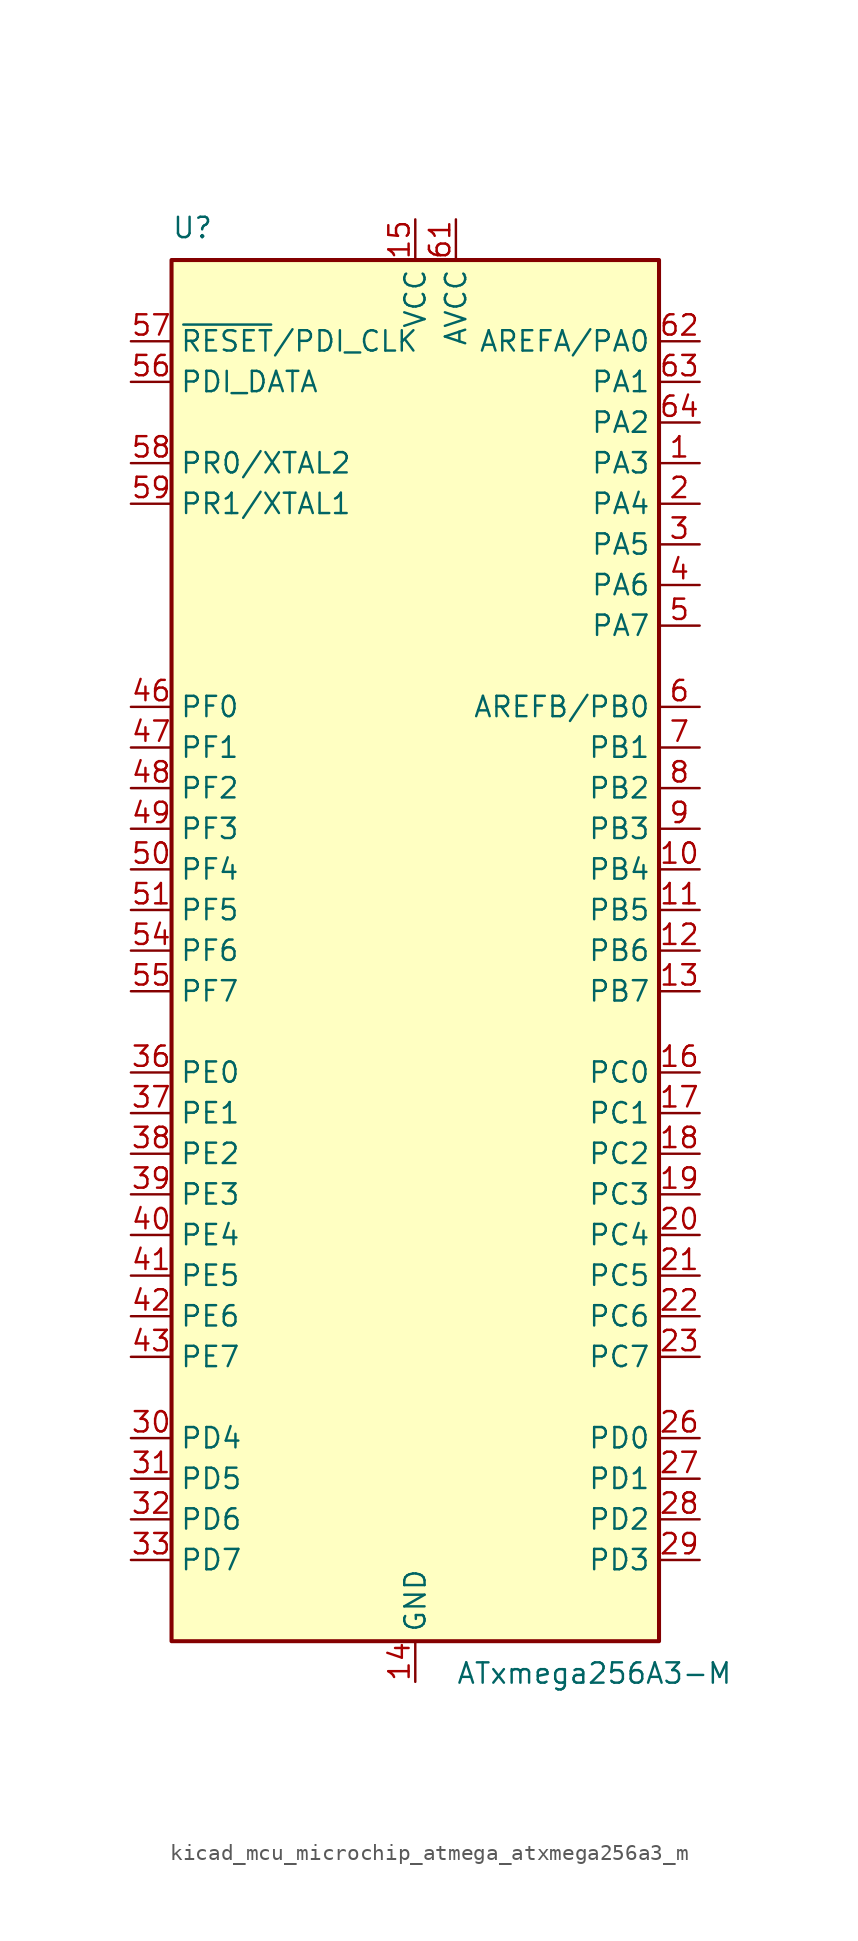
<source format=kicad_sym>
(kicad_symbol_lib
  (version 20220914)
  (generator kicad_symbol_editor)
  (symbol "kicad_mcu_microchip_atmega_atxmega256a3_m"
    (property "Reference" "U"
      (at -15.24 44.45 0)
      (effects (font (size 1.27 1.27)) (justify left bottom)))
    (property "Value" "ATxmega256A3-M"
      (at 2.54 -44.45 0)
      (effects (font (size 1.27 1.27)) (justify left top)))
    (symbol "kicad_mcu_microchip_atmega_atxmega256a3_m_0_1"
      (rectangle (start -15.24 -43.18) (end 15.24 43.18) (stroke (width 0.254) (type default)) (fill (type background))))
    (symbol "kicad_mcu_microchip_atmega_atxmega256a3_m_1_1"
      (pin bidirectional line (at 17.78 30.48 180) (length 2.54) (name "PA3" (effects (font (size 1.27 1.27)))) (number "1" (effects (font (size 1.27 1.27)))))
      (pin bidirectional line (at 17.78 5.08 180) (length 2.54) (name "PB4" (effects (font (size 1.27 1.27)))) (number "10" (effects (font (size 1.27 1.27)))))
      (pin bidirectional line (at 17.78 2.54 180) (length 2.54) (name "PB5" (effects (font (size 1.27 1.27)))) (number "11" (effects (font (size 1.27 1.27)))))
      (pin bidirectional line (at 17.78 0 180) (length 2.54) (name "PB6" (effects (font (size 1.27 1.27)))) (number "12" (effects (font (size 1.27 1.27)))))
      (pin bidirectional line (at 17.78 -2.54 180) (length 2.54) (name "PB7" (effects (font (size 1.27 1.27)))) (number "13" (effects (font (size 1.27 1.27)))))
      (pin power_in line (at 0 -45.72 90) (length 2.54) (name "GND" (effects (font (size 1.27 1.27)))) (number "14" (effects (font (size 1.27 1.27)))))
      (pin power_in line (at 0 45.72 270) (length 2.54) (name "VCC" (effects (font (size 1.27 1.27)))) (number "15" (effects (font (size 1.27 1.27)))))
      (pin bidirectional line (at 17.78 -7.62 180) (length 2.54) (name "PC0" (effects (font (size 1.27 1.27)))) (number "16" (effects (font (size 1.27 1.27)))))
      (pin bidirectional line (at 17.78 -10.16 180) (length 2.54) (name "PC1" (effects (font (size 1.27 1.27)))) (number "17" (effects (font (size 1.27 1.27)))))
      (pin bidirectional line (at 17.78 -12.7 180) (length 2.54) (name "PC2" (effects (font (size 1.27 1.27)))) (number "18" (effects (font (size 1.27 1.27)))))
      (pin bidirectional line (at 17.78 -15.24 180) (length 2.54) (name "PC3" (effects (font (size 1.27 1.27)))) (number "19" (effects (font (size 1.27 1.27)))))
      (pin bidirectional line (at 17.78 27.94 180) (length 2.54) (name "PA4" (effects (font (size 1.27 1.27)))) (number "2" (effects (font (size 1.27 1.27)))))
      (pin bidirectional line (at 17.78 -17.78 180) (length 2.54) (name "PC4" (effects (font (size 1.27 1.27)))) (number "20" (effects (font (size 1.27 1.27)))))
      (pin bidirectional line (at 17.78 -20.32 180) (length 2.54) (name "PC5" (effects (font (size 1.27 1.27)))) (number "21" (effects (font (size 1.27 1.27)))))
      (pin bidirectional line (at 17.78 -22.86 180) (length 2.54) (name "PC6" (effects (font (size 1.27 1.27)))) (number "22" (effects (font (size 1.27 1.27)))))
      (pin bidirectional line (at 17.78 -25.4 180) (length 2.54) (name "PC7" (effects (font (size 1.27 1.27)))) (number "23" (effects (font (size 1.27 1.27)))))
      (pin passive line (at 0 -45.72 90) (length 2.54) hide (name "GND" (effects (font (size 1.27 1.27)))) (number "24" (effects (font (size 1.27 1.27)))))
      (pin passive line (at 0 45.72 270) (length 2.54) hide (name "VCC" (effects (font (size 1.27 1.27)))) (number "25" (effects (font (size 1.27 1.27)))))
      (pin bidirectional line (at 17.78 -30.48 180) (length 2.54) (name "PD0" (effects (font (size 1.27 1.27)))) (number "26" (effects (font (size 1.27 1.27)))))
      (pin bidirectional line (at 17.78 -33.02 180) (length 2.54) (name "PD1" (effects (font (size 1.27 1.27)))) (number "27" (effects (font (size 1.27 1.27)))))
      (pin bidirectional line (at 17.78 -35.56 180) (length 2.54) (name "PD2" (effects (font (size 1.27 1.27)))) (number "28" (effects (font (size 1.27 1.27)))))
      (pin bidirectional line (at 17.78 -38.1 180) (length 2.54) (name "PD3" (effects (font (size 1.27 1.27)))) (number "29" (effects (font (size 1.27 1.27)))))
      (pin bidirectional line (at 17.78 25.4 180) (length 2.54) (name "PA5" (effects (font (size 1.27 1.27)))) (number "3" (effects (font (size 1.27 1.27)))))
      (pin bidirectional line (at -17.78 -30.48 0) (length 2.54) (name "PD4" (effects (font (size 1.27 1.27)))) (number "30" (effects (font (size 1.27 1.27)))))
      (pin bidirectional line (at -17.78 -33.02 0) (length 2.54) (name "PD5" (effects (font (size 1.27 1.27)))) (number "31" (effects (font (size 1.27 1.27)))))
      (pin bidirectional line (at -17.78 -35.56 0) (length 2.54) (name "PD6" (effects (font (size 1.27 1.27)))) (number "32" (effects (font (size 1.27 1.27)))))
      (pin bidirectional line (at -17.78 -38.1 0) (length 2.54) (name "PD7" (effects (font (size 1.27 1.27)))) (number "33" (effects (font (size 1.27 1.27)))))
      (pin passive line (at 0 -45.72 90) (length 2.54) hide (name "GND" (effects (font (size 1.27 1.27)))) (number "34" (effects (font (size 1.27 1.27)))))
      (pin passive line (at 0 45.72 270) (length 2.54) hide (name "VCC" (effects (font (size 1.27 1.27)))) (number "35" (effects (font (size 1.27 1.27)))))
      (pin bidirectional line (at -17.78 -7.62 0) (length 2.54) (name "PE0" (effects (font (size 1.27 1.27)))) (number "36" (effects (font (size 1.27 1.27)))))
      (pin bidirectional line (at -17.78 -10.16 0) (length 2.54) (name "PE1" (effects (font (size 1.27 1.27)))) (number "37" (effects (font (size 1.27 1.27)))))
      (pin bidirectional line (at -17.78 -12.7 0) (length 2.54) (name "PE2" (effects (font (size 1.27 1.27)))) (number "38" (effects (font (size 1.27 1.27)))))
      (pin bidirectional line (at -17.78 -15.24 0) (length 2.54) (name "PE3" (effects (font (size 1.27 1.27)))) (number "39" (effects (font (size 1.27 1.27)))))
      (pin bidirectional line (at 17.78 22.86 180) (length 2.54) (name "PA6" (effects (font (size 1.27 1.27)))) (number "4" (effects (font (size 1.27 1.27)))))
      (pin bidirectional line (at -17.78 -17.78 0) (length 2.54) (name "PE4" (effects (font (size 1.27 1.27)))) (number "40" (effects (font (size 1.27 1.27)))))
      (pin bidirectional line (at -17.78 -20.32 0) (length 2.54) (name "PE5" (effects (font (size 1.27 1.27)))) (number "41" (effects (font (size 1.27 1.27)))))
      (pin bidirectional line (at -17.78 -22.86 0) (length 2.54) (name "PE6" (effects (font (size 1.27 1.27)))) (number "42" (effects (font (size 1.27 1.27)))))
      (pin bidirectional line (at -17.78 -25.4 0) (length 2.54) (name "PE7" (effects (font (size 1.27 1.27)))) (number "43" (effects (font (size 1.27 1.27)))))
      (pin passive line (at 0 -45.72 90) (length 2.54) hide (name "GND" (effects (font (size 1.27 1.27)))) (number "44" (effects (font (size 1.27 1.27)))))
      (pin passive line (at 0 45.72 270) (length 2.54) hide (name "VCC" (effects (font (size 1.27 1.27)))) (number "45" (effects (font (size 1.27 1.27)))))
      (pin bidirectional line (at -17.78 15.24 0) (length 2.54) (name "PF0" (effects (font (size 1.27 1.27)))) (number "46" (effects (font (size 1.27 1.27)))))
      (pin bidirectional line (at -17.78 12.7 0) (length 2.54) (name "PF1" (effects (font (size 1.27 1.27)))) (number "47" (effects (font (size 1.27 1.27)))))
      (pin bidirectional line (at -17.78 10.16 0) (length 2.54) (name "PF2" (effects (font (size 1.27 1.27)))) (number "48" (effects (font (size 1.27 1.27)))))
      (pin bidirectional line (at -17.78 7.62 0) (length 2.54) (name "PF3" (effects (font (size 1.27 1.27)))) (number "49" (effects (font (size 1.27 1.27)))))
      (pin bidirectional line (at 17.78 20.32 180) (length 2.54) (name "PA7" (effects (font (size 1.27 1.27)))) (number "5" (effects (font (size 1.27 1.27)))))
      (pin bidirectional line (at -17.78 5.08 0) (length 2.54) (name "PF4" (effects (font (size 1.27 1.27)))) (number "50" (effects (font (size 1.27 1.27)))))
      (pin bidirectional line (at -17.78 2.54 0) (length 2.54) (name "PF5" (effects (font (size 1.27 1.27)))) (number "51" (effects (font (size 1.27 1.27)))))
      (pin passive line (at 0 -45.72 90) (length 2.54) hide (name "GND" (effects (font (size 1.27 1.27)))) (number "52" (effects (font (size 1.27 1.27)))))
      (pin passive line (at 0 45.72 270) (length 2.54) hide (name "VCC" (effects (font (size 1.27 1.27)))) (number "53" (effects (font (size 1.27 1.27)))))
      (pin bidirectional line (at -17.78 0 0) (length 2.54) (name "PF6" (effects (font (size 1.27 1.27)))) (number "54" (effects (font (size 1.27 1.27)))))
      (pin bidirectional line (at -17.78 -2.54 0) (length 2.54) (name "PF7" (effects (font (size 1.27 1.27)))) (number "55" (effects (font (size 1.27 1.27)))))
      (pin bidirectional line (at -17.78 35.56 0) (length 2.54) (name "PDI_DATA" (effects (font (size 1.27 1.27)))) (number "56" (effects (font (size 1.27 1.27)))))
      (pin input line (at -17.78 38.1 0) (length 2.54) (name "~{RESET}/PDI_CLK" (effects (font (size 1.27 1.27)))) (number "57" (effects (font (size 1.27 1.27)))))
      (pin bidirectional line (at -17.78 30.48 0) (length 2.54) (name "PR0/XTAL2" (effects (font (size 1.27 1.27)))) (number "58" (effects (font (size 1.27 1.27)))))
      (pin bidirectional line (at -17.78 27.94 0) (length 2.54) (name "PR1/XTAL1" (effects (font (size 1.27 1.27)))) (number "59" (effects (font (size 1.27 1.27)))))
      (pin bidirectional line (at 17.78 15.24 180) (length 2.54) (name "AREFB/PB0" (effects (font (size 1.27 1.27)))) (number "6" (effects (font (size 1.27 1.27)))))
      (pin passive line (at 0 -45.72 90) (length 2.54) hide (name "GND" (effects (font (size 1.27 1.27)))) (number "60" (effects (font (size 1.27 1.27)))))
      (pin power_in line (at 2.54 45.72 270) (length 2.54) (name "AVCC" (effects (font (size 1.27 1.27)))) (number "61" (effects (font (size 1.27 1.27)))))
      (pin bidirectional line (at 17.78 38.1 180) (length 2.54) (name "AREFA/PA0" (effects (font (size 1.27 1.27)))) (number "62" (effects (font (size 1.27 1.27)))))
      (pin bidirectional line (at 17.78 35.56 180) (length 2.54) (name "PA1" (effects (font (size 1.27 1.27)))) (number "63" (effects (font (size 1.27 1.27)))))
      (pin bidirectional line (at 17.78 33.02 180) (length 2.54) (name "PA2" (effects (font (size 1.27 1.27)))) (number "64" (effects (font (size 1.27 1.27)))))
      (pin passive line (at 0 -45.72 90) (length 2.54) hide (name "GND" (effects (font (size 1.27 1.27)))) (number "65" (effects (font (size 1.27 1.27)))))
      (pin bidirectional line (at 17.78 12.7 180) (length 2.54) (name "PB1" (effects (font (size 1.27 1.27)))) (number "7" (effects (font (size 1.27 1.27)))))
      (pin bidirectional line (at 17.78 10.16 180) (length 2.54) (name "PB2" (effects (font (size 1.27 1.27)))) (number "8" (effects (font (size 1.27 1.27)))))
      (pin bidirectional line (at 17.78 7.62 180) (length 2.54) (name "PB3" (effects (font (size 1.27 1.27)))) (number "9" (effects (font (size 1.27 1.27))))))))
</source>
